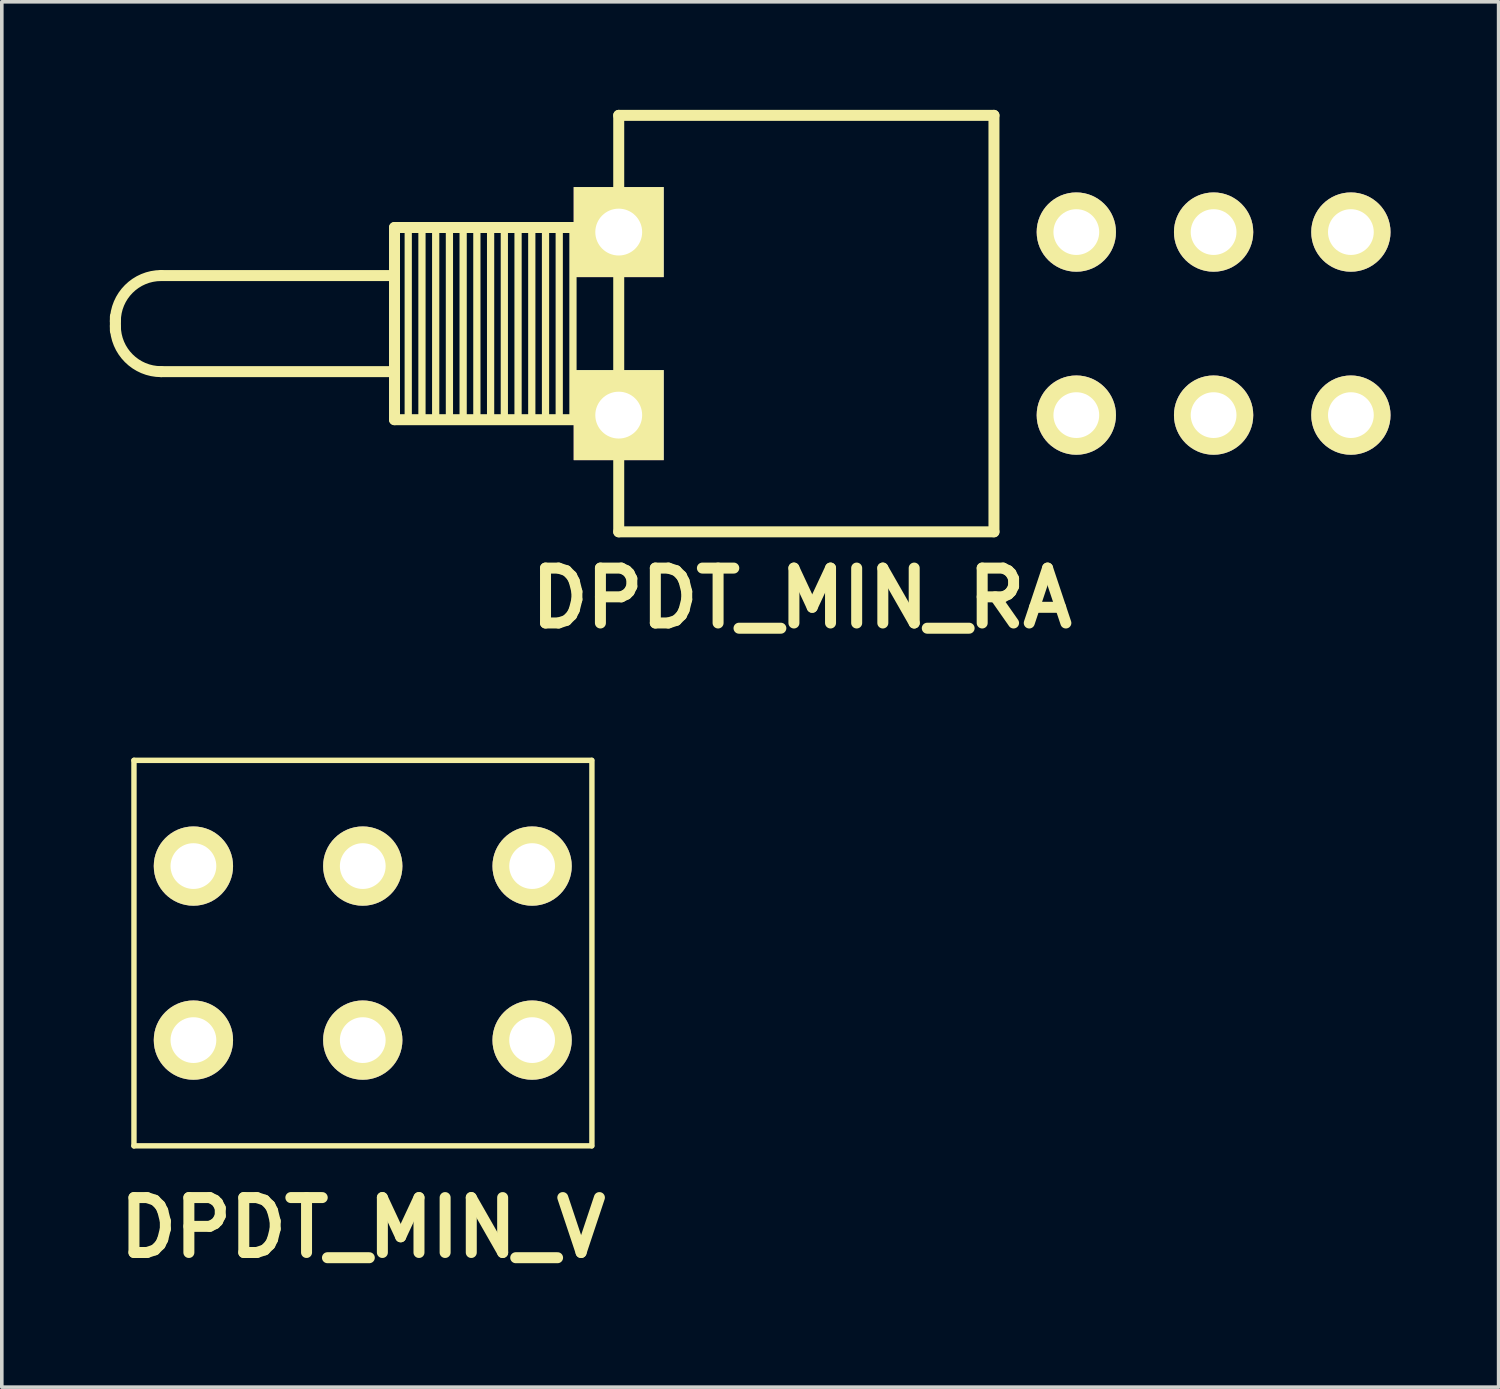
<source format=kicad_pcb>
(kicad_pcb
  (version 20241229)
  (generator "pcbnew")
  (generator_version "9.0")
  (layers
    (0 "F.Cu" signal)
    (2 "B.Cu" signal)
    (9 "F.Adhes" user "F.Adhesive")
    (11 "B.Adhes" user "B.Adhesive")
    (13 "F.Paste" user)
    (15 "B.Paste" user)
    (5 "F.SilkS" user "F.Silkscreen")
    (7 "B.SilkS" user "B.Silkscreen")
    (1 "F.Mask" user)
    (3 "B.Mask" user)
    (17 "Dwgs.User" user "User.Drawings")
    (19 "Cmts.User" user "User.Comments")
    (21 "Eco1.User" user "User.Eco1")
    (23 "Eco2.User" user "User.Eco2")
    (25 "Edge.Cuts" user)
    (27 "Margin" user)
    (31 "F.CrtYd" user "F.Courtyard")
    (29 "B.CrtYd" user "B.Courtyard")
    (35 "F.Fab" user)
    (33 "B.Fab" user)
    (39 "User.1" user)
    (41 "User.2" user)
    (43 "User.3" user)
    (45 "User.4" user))
  (footprint "DPDT_MIN_RA"
    (layer "F.Cu")
    (at 19.202 5.931)
    (property "Reference" "DPDT_MIN_RA" (at 0 7.62 0) (layer "F.SilkS") (effects (font (size 1.524 1.524) (thickness 0.305))))
    (attr through_hole)
    (fp_line (start -19.05 -0.191) (end -19.05 0.191) (stroke (width 0.305) (type solid)) (layer "F.SilkS"))
    (fp_line (start -17.78 -1.333) (end -11.303 -1.333) (stroke (width 0.305) (type solid)) (layer "F.SilkS"))
    (fp_line (start -17.78 1.333) (end -11.303 1.333) (stroke (width 0.305) (type solid)) (layer "F.SilkS"))
    (fp_line (start -11.303 -2.667) (end -5.08 -2.667) (stroke (width 0.305) (type solid)) (layer "F.SilkS"))
    (fp_line (start -11.303 2.667) (end -11.303 -2.667) (stroke (width 0.305) (type solid)) (layer "F.SilkS"))
    (fp_line (start -10.922 2.54) (end -10.922 -2.54) (stroke (width 0.201) (type solid)) (layer "F.SilkS"))
    (fp_line (start -10.541 2.54) (end -10.541 -2.54) (stroke (width 0.201) (type solid)) (layer "F.SilkS"))
    (fp_line (start -10.16 2.667) (end -10.16 -2.667) (stroke (width 0.201) (type solid)) (layer "F.SilkS"))
    (fp_line (start -9.779 2.667) (end -9.779 -2.667) (stroke (width 0.201) (type solid)) (layer "F.SilkS"))
    (fp_line (start -9.398 2.667) (end -9.398 -2.667) (stroke (width 0.201) (type solid)) (layer "F.SilkS"))
    (fp_line (start -9.017 2.54) (end -9.017 -2.667) (stroke (width 0.201) (type solid)) (layer "F.SilkS"))
    (fp_line (start -8.636 2.667) (end -8.636 -2.667) (stroke (width 0.201) (type solid)) (layer "F.SilkS"))
    (fp_line (start -8.255 2.667) (end -8.255 -2.667) (stroke (width 0.201) (type solid)) (layer "F.SilkS"))
    (fp_line (start -7.874 2.667) (end -7.874 -2.667) (stroke (width 0.201) (type solid)) (layer "F.SilkS"))
    (fp_line (start -7.493 2.667) (end -7.493 -2.667) (stroke (width 0.201) (type solid)) (layer "F.SilkS"))
    (fp_line (start -7.112 2.667) (end -7.112 -2.667) (stroke (width 0.201) (type solid)) (layer "F.SilkS"))
    (fp_line (start -6.731 2.667) (end -6.731 -2.667) (stroke (width 0.201) (type solid)) (layer "F.SilkS"))
    (fp_line (start -6.35 2.667) (end -6.35 -2.667) (stroke (width 0.201) (type solid)) (layer "F.SilkS"))
    (fp_line (start -5.08 2.667) (end -11.303 2.667) (stroke (width 0.305) (type solid)) (layer "F.SilkS"))
    (fp_line (start -5.08 5.779) (end -5.08 -5.779) (stroke (width 0.305) (type solid)) (layer "F.SilkS"))
    (fp_line (start -5.08 5.779) (end 5.334 5.779) (stroke (width 0.305) (type solid)) (layer "F.SilkS"))
    (fp_line (start 5.334 -5.779) (end -5.08 -5.779) (stroke (width 0.305) (type solid)) (layer "F.SilkS"))
    (fp_line (start 5.334 5.779) (end 5.334 -5.779) (stroke (width 0.305) (type solid)) (layer "F.SilkS"))
    (fp_arc (start -19.05 -0.0635) (mid -18.678026 -0.961526) (end -17.78 -1.3335) (stroke (width 0.3048) (type solid)) (layer "F.SilkS"))
    (fp_arc (start -17.78 1.3335) (mid -18.678026 0.961526) (end -19.05 0.0635) (stroke (width 0.3048) (type solid)) (layer "F.SilkS"))
    (pad "" thru_hole rect (at -5.08 -2.54) (size 2.499 2.499) (drill 1.3) (layers "*.Cu" "*.Mask" "F.SilkS"))
    (pad "" thru_hole rect (at -5.08 2.54) (size 2.499 2.499) (drill 1.3) (layers "*.Cu" "*.Mask" "F.SilkS"))
    (pad "1" thru_hole circle (at 7.62 -2.54) (size 2.2 2.2) (drill 1.27) (layers "*.Cu" "*.Mask" "F.SilkS"))
    (pad "2" thru_hole circle (at 11.43 -2.54) (size 2.2 2.2) (drill 1.27) (layers "*.Cu" "*.Mask" "F.SilkS"))
    (pad "3" thru_hole circle (at 15.24 -2.54) (size 2.2 2.2) (drill 1.27) (layers "*.Cu" "*.Mask" "F.SilkS"))
    (pad "4" thru_hole circle (at 7.62 2.54) (size 2.2 2.2) (drill 1.27) (layers "*.Cu" "*.Mask" "F.SilkS"))
    (pad "5" thru_hole circle (at 11.43 2.54) (size 2.2 2.2) (drill 1.27) (layers "*.Cu" "*.Mask" "F.SilkS"))
    (pad "6" thru_hole circle (at 15.24 2.54) (size 2.2 2.2) (drill 1.27) (layers "*.Cu" "*.Mask" "F.SilkS")))
  (footprint "DPDT_MIN_V"
    (layer "F.Cu")
    (at 7.018 23.402)
    (property "Reference" "DPDT_MIN_V" (at 0 7.62 0) (layer "F.SilkS") (effects (font (size 1.524 1.524) (thickness 0.305))))
    (attr through_hole)
    (fp_line (start -6.35 -5.35) (end 6.35 -5.35) (stroke (width 0.15) (type solid)) (layer "F.SilkS"))
    (fp_line (start -6.35 5.35) (end -6.35 -5.35) (stroke (width 0.15) (type solid)) (layer "F.SilkS"))
    (fp_line (start 6.35 5.35) (end -6.35 5.35) (stroke (width 0.15) (type solid)) (layer "F.SilkS"))
    (fp_line (start 6.36 -5.35) (end 6.36 5.35) (stroke (width 0.15) (type solid)) (layer "F.SilkS"))
    (pad "1" thru_hole circle (at -4.7 -2.415) (size 2.2 2.2) (drill 1.27) (layers "*.Cu" "*.Mask" "F.SilkS"))
    (pad "2" thru_hole circle (at 0 -2.415) (size 2.2 2.2) (drill 1.27) (layers "*.Cu" "*.Mask" "F.SilkS"))
    (pad "3" thru_hole circle (at 4.7 -2.415) (size 2.2 2.2) (drill 1.27) (layers "*.Cu" "*.Mask" "F.SilkS"))
    (pad "4" thru_hole circle (at -4.7 2.415) (size 2.2 2.2) (drill 1.27) (layers "*.Cu" "*.Mask" "F.SilkS"))
    (pad "5" thru_hole circle (at 0 2.415) (size 2.2 2.2) (drill 1.27) (layers "*.Cu" "*.Mask" "F.SilkS"))
    (pad "6" thru_hole circle (at 4.7 2.415) (size 2.2 2.2) (drill 1.27) (layers "*.Cu" "*.Mask" "F.SilkS")))
  (gr_rect
    (start -3 -3)
    (end 38.542 35.449)
    (stroke (width 0.1) (type default))
    (fill no)
    (layer "Edge.Cuts")))
</source>
